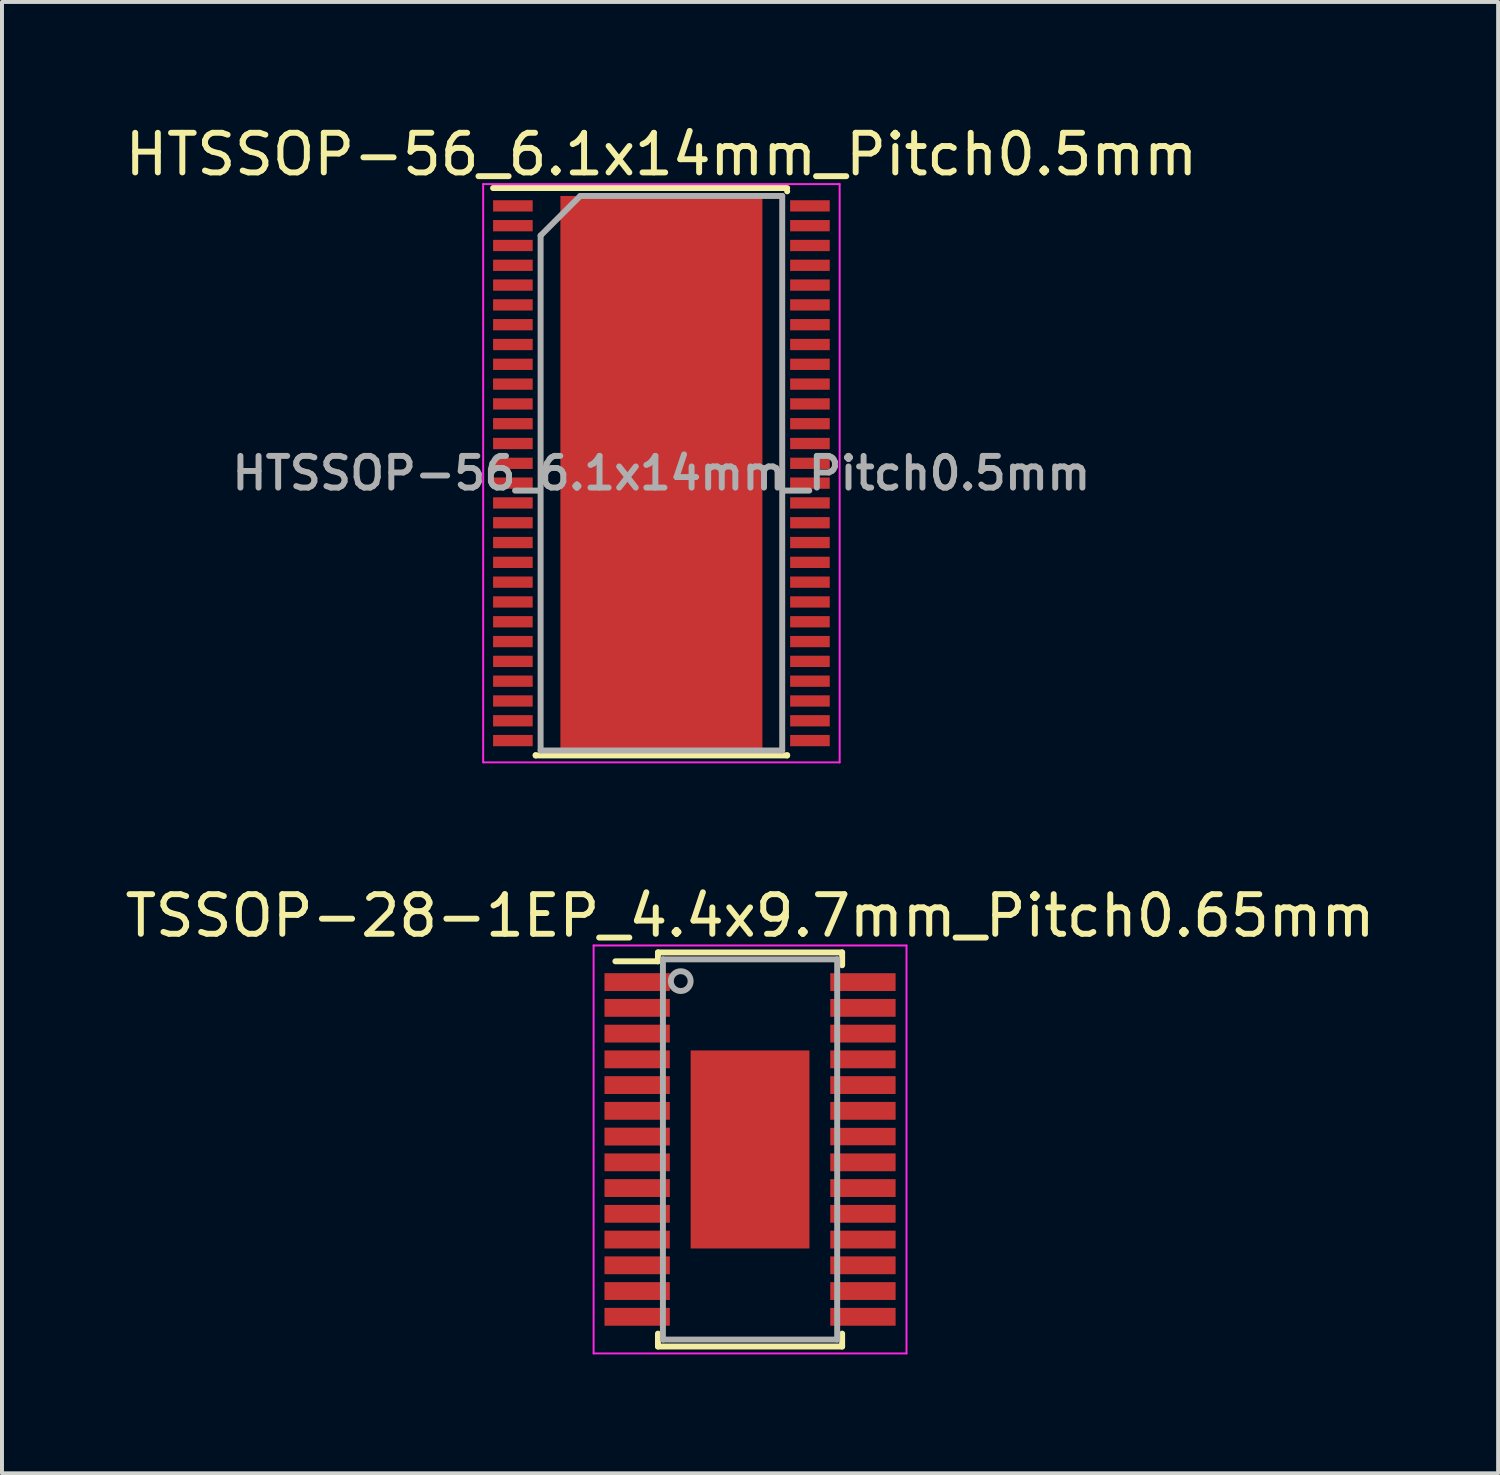
<source format=kicad_pcb>
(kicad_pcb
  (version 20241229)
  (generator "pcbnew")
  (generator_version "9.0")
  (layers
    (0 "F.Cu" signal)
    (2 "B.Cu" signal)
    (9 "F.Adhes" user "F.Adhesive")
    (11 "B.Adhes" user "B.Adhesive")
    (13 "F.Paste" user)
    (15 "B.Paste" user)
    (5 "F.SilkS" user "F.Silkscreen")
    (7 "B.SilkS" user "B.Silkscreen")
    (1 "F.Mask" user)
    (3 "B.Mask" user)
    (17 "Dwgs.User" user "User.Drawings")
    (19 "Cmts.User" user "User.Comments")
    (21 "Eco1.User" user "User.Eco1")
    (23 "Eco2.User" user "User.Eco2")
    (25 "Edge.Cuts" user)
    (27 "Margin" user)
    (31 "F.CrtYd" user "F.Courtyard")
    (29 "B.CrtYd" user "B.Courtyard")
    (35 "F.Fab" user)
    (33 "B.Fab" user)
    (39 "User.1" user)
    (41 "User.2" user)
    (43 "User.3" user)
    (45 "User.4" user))
  (footprint "TSSOP-28-1EP_4.4x9.7mm_Pitch0.65mm"
    (layer "F.Cu")
    (at 15.887 25.971)
    (property "Reference" "TSSOP-28-1EP_4.4x9.7mm_Pitch0.65mm" (at 0 -5.9 0) (layer "F.SilkS") (effects (font (size 1 1) (thickness 0.15))))
    (attr smd)
    (fp_line (start -2.325 -4.975) (end -2.325 -4.75) (stroke (width 0.15) (type solid)) (layer "F.SilkS"))
    (fp_line (start -2.325 -4.975) (end 2.325 -4.975) (stroke (width 0.15) (type solid)) (layer "F.SilkS"))
    (fp_line (start -2.325 -4.75) (end -3.4 -4.75) (stroke (width 0.15) (type solid)) (layer "F.SilkS"))
    (fp_line (start -2.325 4.975) (end -2.325 4.65) (stroke (width 0.15) (type solid)) (layer "F.SilkS"))
    (fp_line (start -2.325 4.975) (end 2.325 4.975) (stroke (width 0.15) (type solid)) (layer "F.SilkS"))
    (fp_line (start 2.325 -4.975) (end 2.325 -4.65) (stroke (width 0.15) (type solid)) (layer "F.SilkS"))
    (fp_line (start 2.325 4.975) (end 2.325 4.65) (stroke (width 0.15) (type solid)) (layer "F.SilkS"))
    (fp_line (start -3.95 -5.15) (end -3.95 5.15) (stroke (width 0.05) (type solid)) (layer "F.CrtYd"))
    (fp_line (start -3.95 -5.15) (end 3.95 -5.15) (stroke (width 0.05) (type solid)) (layer "F.CrtYd"))
    (fp_line (start -3.95 5.15) (end 3.95 5.15) (stroke (width 0.05) (type solid)) (layer "F.CrtYd"))
    (fp_line (start 3.95 -5.15) (end 3.95 5.15) (stroke (width 0.05) (type solid)) (layer "F.CrtYd"))
    (fp_line (start -2.2 -4.8) (end 2.2 -4.8) (stroke (width 0.15) (type solid)) (layer "F.Fab"))
    (fp_line (start -2.2 4.8) (end -2.2 -4.8) (stroke (width 0.15) (type solid)) (layer "F.Fab"))
    (fp_line (start 2.2 -4.8) (end 2.2 4.8) (stroke (width 0.15) (type solid)) (layer "F.Fab"))
    (fp_line (start 2.2 4.8) (end -2.2 4.8) (stroke (width 0.15) (type solid)) (layer "F.Fab"))
    (fp_circle (center -1.75 -4.25) (end -2 -4.25) (stroke (width 0.15) (type solid)) (fill no) (layer "F.Fab"))
    (pad "1" smd rect (at -2.85 -4.225) (size 1.65 0.45) (layers "F.Cu" "F.Mask" "F.Paste"))
    (pad "2" smd rect (at -2.85 -3.575) (size 1.65 0.45) (layers "F.Cu" "F.Mask" "F.Paste"))
    (pad "3" smd rect (at -2.85 -2.925) (size 1.65 0.45) (layers "F.Cu" "F.Mask" "F.Paste"))
    (pad "4" smd rect (at -2.85 -2.275) (size 1.65 0.45) (layers "F.Cu" "F.Mask" "F.Paste"))
    (pad "5" smd rect (at -2.85 -1.625) (size 1.65 0.45) (layers "F.Cu" "F.Mask" "F.Paste"))
    (pad "6" smd rect (at -2.85 -0.975) (size 1.65 0.45) (layers "F.Cu" "F.Mask" "F.Paste"))
    (pad "7" smd rect (at -2.85 -0.325) (size 1.65 0.45) (layers "F.Cu" "F.Mask" "F.Paste"))
    (pad "8" smd rect (at -2.85 0.325) (size 1.65 0.45) (layers "F.Cu" "F.Mask" "F.Paste"))
    (pad "9" smd rect (at -2.85 0.975) (size 1.65 0.45) (layers "F.Cu" "F.Mask" "F.Paste"))
    (pad "10" smd rect (at -2.85 1.625) (size 1.65 0.45) (layers "F.Cu" "F.Mask" "F.Paste"))
    (pad "11" smd rect (at -2.85 2.275) (size 1.65 0.45) (layers "F.Cu" "F.Mask" "F.Paste"))
    (pad "12" smd rect (at -2.85 2.925) (size 1.65 0.45) (layers "F.Cu" "F.Mask" "F.Paste"))
    (pad "13" smd rect (at -2.85 3.575) (size 1.65 0.45) (layers "F.Cu" "F.Mask" "F.Paste"))
    (pad "14" smd rect (at -2.85 4.225) (size 1.65 0.45) (layers "F.Cu" "F.Mask" "F.Paste"))
    (pad "15" smd rect (at 2.85 4.225) (size 1.65 0.45) (layers "F.Cu" "F.Mask" "F.Paste"))
    (pad "16" smd rect (at 2.85 3.575) (size 1.65 0.45) (layers "F.Cu" "F.Mask" "F.Paste"))
    (pad "17" smd rect (at 2.85 2.925) (size 1.65 0.45) (layers "F.Cu" "F.Mask" "F.Paste"))
    (pad "18" smd rect (at 2.85 2.275) (size 1.65 0.45) (layers "F.Cu" "F.Mask" "F.Paste"))
    (pad "19" smd rect (at 2.85 1.625) (size 1.65 0.45) (layers "F.Cu" "F.Mask" "F.Paste"))
    (pad "20" smd rect (at 2.85 0.975) (size 1.65 0.45) (layers "F.Cu" "F.Mask" "F.Paste"))
    (pad "21" smd rect (at 2.85 0.325) (size 1.65 0.45) (layers "F.Cu" "F.Mask" "F.Paste"))
    (pad "22" smd rect (at 2.85 -0.325) (size 1.65 0.44) (layers "F.Cu" "F.Mask" "F.Paste"))
    (pad "23" smd rect (at 2.85 -0.975) (size 1.65 0.45) (layers "F.Cu" "F.Mask" "F.Paste"))
    (pad "24" smd rect (at 2.85 -1.625) (size 1.65 0.45) (layers "F.Cu" "F.Mask" "F.Paste"))
    (pad "25" smd rect (at 2.85 -2.275) (size 1.65 0.45) (layers "F.Cu" "F.Mask" "F.Paste"))
    (pad "26" smd rect (at 2.85 -2.925) (size 1.65 0.45) (layers "F.Cu" "F.Mask" "F.Paste"))
    (pad "27" smd rect (at 2.85 -3.575) (size 1.65 0.45) (layers "F.Cu" "F.Mask" "F.Paste"))
    (pad "28" smd rect (at 2.85 -4.225) (size 1.65 0.45) (layers "F.Cu" "F.Mask" "F.Paste"))
    (pad "29" smd rect (at 0 0) (size 3 5) (layers "F.Cu" "F.Mask" "F.Paste")))
  (footprint "HTSSOP-56_6.1x14mm_Pitch0.5mm"
    (layer "F.Cu")
    (at 13.649 8.898)
    (property "Reference" "HTSSOP-56_6.1x14mm_Pitch0.5mm" (at 0 -8.05 0) (layer "F.SilkS") (effects (font (size 1 1) (thickness 0.15))))
    (attr smd)
    (fp_line (start -4.25 -7.2) (end 3.175 -7.2) (stroke (width 0.15) (type solid)) (layer "F.SilkS"))
    (fp_line (start -3.175 7.125) (end -3.175 7.117) (stroke (width 0.15) (type solid)) (layer "F.SilkS"))
    (fp_line (start -3.175 7.125) (end 3.175 7.125) (stroke (width 0.15) (type solid)) (layer "F.SilkS"))
    (fp_line (start 3.175 -7.125) (end 3.175 -7.117) (stroke (width 0.15) (type solid)) (layer "F.SilkS"))
    (fp_line (start 3.175 7.125) (end 3.175 7.117) (stroke (width 0.15) (type solid)) (layer "F.SilkS"))
    (fp_line (start -4.5 -7.3) (end -4.5 7.3) (stroke (width 0.05) (type solid)) (layer "F.CrtYd"))
    (fp_line (start -4.5 -7.3) (end 4.5 -7.3) (stroke (width 0.05) (type solid)) (layer "F.CrtYd"))
    (fp_line (start -4.5 7.3) (end 4.5 7.3) (stroke (width 0.05) (type solid)) (layer "F.CrtYd"))
    (fp_line (start 4.5 -7.3) (end 4.5 7.3) (stroke (width 0.05) (type solid)) (layer "F.CrtYd"))
    (fp_line (start -3.05 -6) (end -2.05 -7) (stroke (width 0.15) (type solid)) (layer "F.Fab"))
    (fp_line (start -3.05 7) (end -3.05 -6) (stroke (width 0.15) (type solid)) (layer "F.Fab"))
    (fp_line (start -2.05 -7) (end 3.05 -7) (stroke (width 0.15) (type solid)) (layer "F.Fab"))
    (fp_line (start 3.05 -7) (end 3.05 7) (stroke (width 0.15) (type solid)) (layer "F.Fab"))
    (fp_line (start 3.05 7) (end -3.05 7) (stroke (width 0.15) (type solid)) (layer "F.Fab"))
    (fp_text user "${REFERENCE}" (at 0 0 0) (layer "F.Fab") (effects (font (size 0.8 0.8) (thickness 0.15))))
    (pad "1" smd rect (at -3.75 -6.75) (size 1 0.285) (layers "F.Cu" "F.Mask" "F.Paste"))
    (pad "2" smd rect (at -3.75 -6.25) (size 1 0.285) (layers "F.Cu" "F.Mask" "F.Paste"))
    (pad "3" smd rect (at -3.75 -5.75) (size 1 0.285) (layers "F.Cu" "F.Mask" "F.Paste"))
    (pad "4" smd rect (at -3.75 -5.25) (size 1 0.285) (layers "F.Cu" "F.Mask" "F.Paste"))
    (pad "5" smd rect (at -3.75 -4.75) (size 1 0.285) (layers "F.Cu" "F.Mask" "F.Paste"))
    (pad "6" smd rect (at -3.75 -4.25) (size 1 0.285) (layers "F.Cu" "F.Mask" "F.Paste"))
    (pad "7" smd rect (at -3.75 -3.75) (size 1 0.285) (layers "F.Cu" "F.Mask" "F.Paste"))
    (pad "8" smd rect (at -3.75 -3.25) (size 1 0.285) (layers "F.Cu" "F.Mask" "F.Paste"))
    (pad "9" smd rect (at -3.75 -2.75) (size 1 0.285) (layers "F.Cu" "F.Mask" "F.Paste"))
    (pad "10" smd rect (at -3.75 -2.25) (size 1 0.285) (layers "F.Cu" "F.Mask" "F.Paste"))
    (pad "11" smd rect (at -3.75 -1.75) (size 1 0.285) (layers "F.Cu" "F.Mask" "F.Paste"))
    (pad "12" smd rect (at -3.75 -1.25) (size 1 0.285) (layers "F.Cu" "F.Mask" "F.Paste"))
    (pad "13" smd rect (at -3.75 -0.75) (size 1 0.285) (layers "F.Cu" "F.Mask" "F.Paste"))
    (pad "14" smd rect (at -3.75 -0.25) (size 1 0.285) (layers "F.Cu" "F.Mask" "F.Paste"))
    (pad "15" smd rect (at -3.75 0.25) (size 1 0.285) (layers "F.Cu" "F.Mask" "F.Paste"))
    (pad "16" smd rect (at -3.75 0.75) (size 1 0.285) (layers "F.Cu" "F.Mask" "F.Paste"))
    (pad "17" smd rect (at -3.75 1.25) (size 1 0.285) (layers "F.Cu" "F.Mask" "F.Paste"))
    (pad "18" smd rect (at -3.75 1.75) (size 1 0.285) (layers "F.Cu" "F.Mask" "F.Paste"))
    (pad "19" smd rect (at -3.75 2.25) (size 1 0.285) (layers "F.Cu" "F.Mask" "F.Paste"))
    (pad "20" smd rect (at -3.75 2.75) (size 1 0.285) (layers "F.Cu" "F.Mask" "F.Paste"))
    (pad "21" smd rect (at -3.75 3.25) (size 1 0.285) (layers "F.Cu" "F.Mask" "F.Paste"))
    (pad "22" smd rect (at -3.75 3.75) (size 1 0.285) (layers "F.Cu" "F.Mask" "F.Paste"))
    (pad "23" smd rect (at -3.75 4.25) (size 1 0.285) (layers "F.Cu" "F.Mask" "F.Paste"))
    (pad "24" smd rect (at -3.75 4.75) (size 1 0.285) (layers "F.Cu" "F.Mask" "F.Paste"))
    (pad "25" smd rect (at -3.75 5.25) (size 1 0.285) (layers "F.Cu" "F.Mask" "F.Paste"))
    (pad "26" smd rect (at -3.75 5.75) (size 1 0.285) (layers "F.Cu" "F.Mask" "F.Paste"))
    (pad "27" smd rect (at -3.75 6.25) (size 1 0.285) (layers "F.Cu" "F.Mask" "F.Paste"))
    (pad "28" smd rect (at -3.75 6.75) (size 1 0.285) (layers "F.Cu" "F.Mask" "F.Paste"))
    (pad "29" smd rect (at 3.75 6.75) (size 1 0.285) (layers "F.Cu" "F.Mask" "F.Paste"))
    (pad "30" smd rect (at 3.75 6.25) (size 1 0.285) (layers "F.Cu" "F.Mask" "F.Paste"))
    (pad "31" smd rect (at 3.75 5.75) (size 1 0.285) (layers "F.Cu" "F.Mask" "F.Paste"))
    (pad "32" smd rect (at 3.75 5.25) (size 1 0.285) (layers "F.Cu" "F.Mask" "F.Paste"))
    (pad "33" smd rect (at 3.75 4.75) (size 1 0.285) (layers "F.Cu" "F.Mask" "F.Paste"))
    (pad "34" smd rect (at 3.75 4.25) (size 1 0.285) (layers "F.Cu" "F.Mask" "F.Paste"))
    (pad "35" smd rect (at 3.75 3.75) (size 1 0.285) (layers "F.Cu" "F.Mask" "F.Paste"))
    (pad "36" smd rect (at 3.75 3.25) (size 1 0.285) (layers "F.Cu" "F.Mask" "F.Paste"))
    (pad "37" smd rect (at 3.75 2.75) (size 1 0.285) (layers "F.Cu" "F.Mask" "F.Paste"))
    (pad "38" smd rect (at 3.75 2.25) (size 1 0.285) (layers "F.Cu" "F.Mask" "F.Paste"))
    (pad "39" smd rect (at 3.75 1.75) (size 1 0.285) (layers "F.Cu" "F.Mask" "F.Paste"))
    (pad "40" smd rect (at 3.75 1.25) (size 1 0.285) (layers "F.Cu" "F.Mask" "F.Paste"))
    (pad "41" smd rect (at 3.75 0.75) (size 1 0.285) (layers "F.Cu" "F.Mask" "F.Paste"))
    (pad "42" smd rect (at 3.75 0.25) (size 1 0.285) (layers "F.Cu" "F.Mask" "F.Paste"))
    (pad "43" smd rect (at 3.75 -0.25) (size 1 0.285) (layers "F.Cu" "F.Mask" "F.Paste"))
    (pad "44" smd rect (at 3.75 -0.75) (size 1 0.285) (layers "F.Cu" "F.Mask" "F.Paste"))
    (pad "45" smd rect (at 3.75 -1.25) (size 1 0.285) (layers "F.Cu" "F.Mask" "F.Paste"))
    (pad "46" smd rect (at 3.75 -1.75) (size 1 0.285) (layers "F.Cu" "F.Mask" "F.Paste"))
    (pad "47" smd rect (at 3.75 -2.25) (size 1 0.285) (layers "F.Cu" "F.Mask" "F.Paste"))
    (pad "48" smd rect (at 3.75 -2.75) (size 1 0.285) (layers "F.Cu" "F.Mask" "F.Paste"))
    (pad "49" smd rect (at 3.75 -3.25) (size 1 0.285) (layers "F.Cu" "F.Mask" "F.Paste"))
    (pad "50" smd rect (at 3.75 -3.75) (size 1 0.285) (layers "F.Cu" "F.Mask" "F.Paste"))
    (pad "51" smd rect (at 3.75 -4.25) (size 1 0.285) (layers "F.Cu" "F.Mask" "F.Paste"))
    (pad "52" smd rect (at 3.75 -4.75) (size 1 0.285) (layers "F.Cu" "F.Mask" "F.Paste"))
    (pad "53" smd rect (at 3.75 -5.25) (size 1 0.285) (layers "F.Cu" "F.Mask" "F.Paste"))
    (pad "54" smd rect (at 3.75 -5.75) (size 1 0.285) (layers "F.Cu" "F.Mask" "F.Paste"))
    (pad "55" smd rect (at 3.75 -6.25) (size 1 0.285) (layers "F.Cu" "F.Mask" "F.Paste"))
    (pad "56" smd rect (at 3.75 -6.75) (size 1 0.285) (layers "F.Cu" "F.Mask" "F.Paste"))
    (pad "57" smd rect (at 0 0) (size 5.1 14) (layers "F.Cu" "F.Mask" "F.Paste")))
  (gr_rect
    (start -3 -3)
    (end 34.774 34.147)
    (stroke (width 0.1) (type default))
    (fill no)
    (layer "Edge.Cuts")))
</source>
